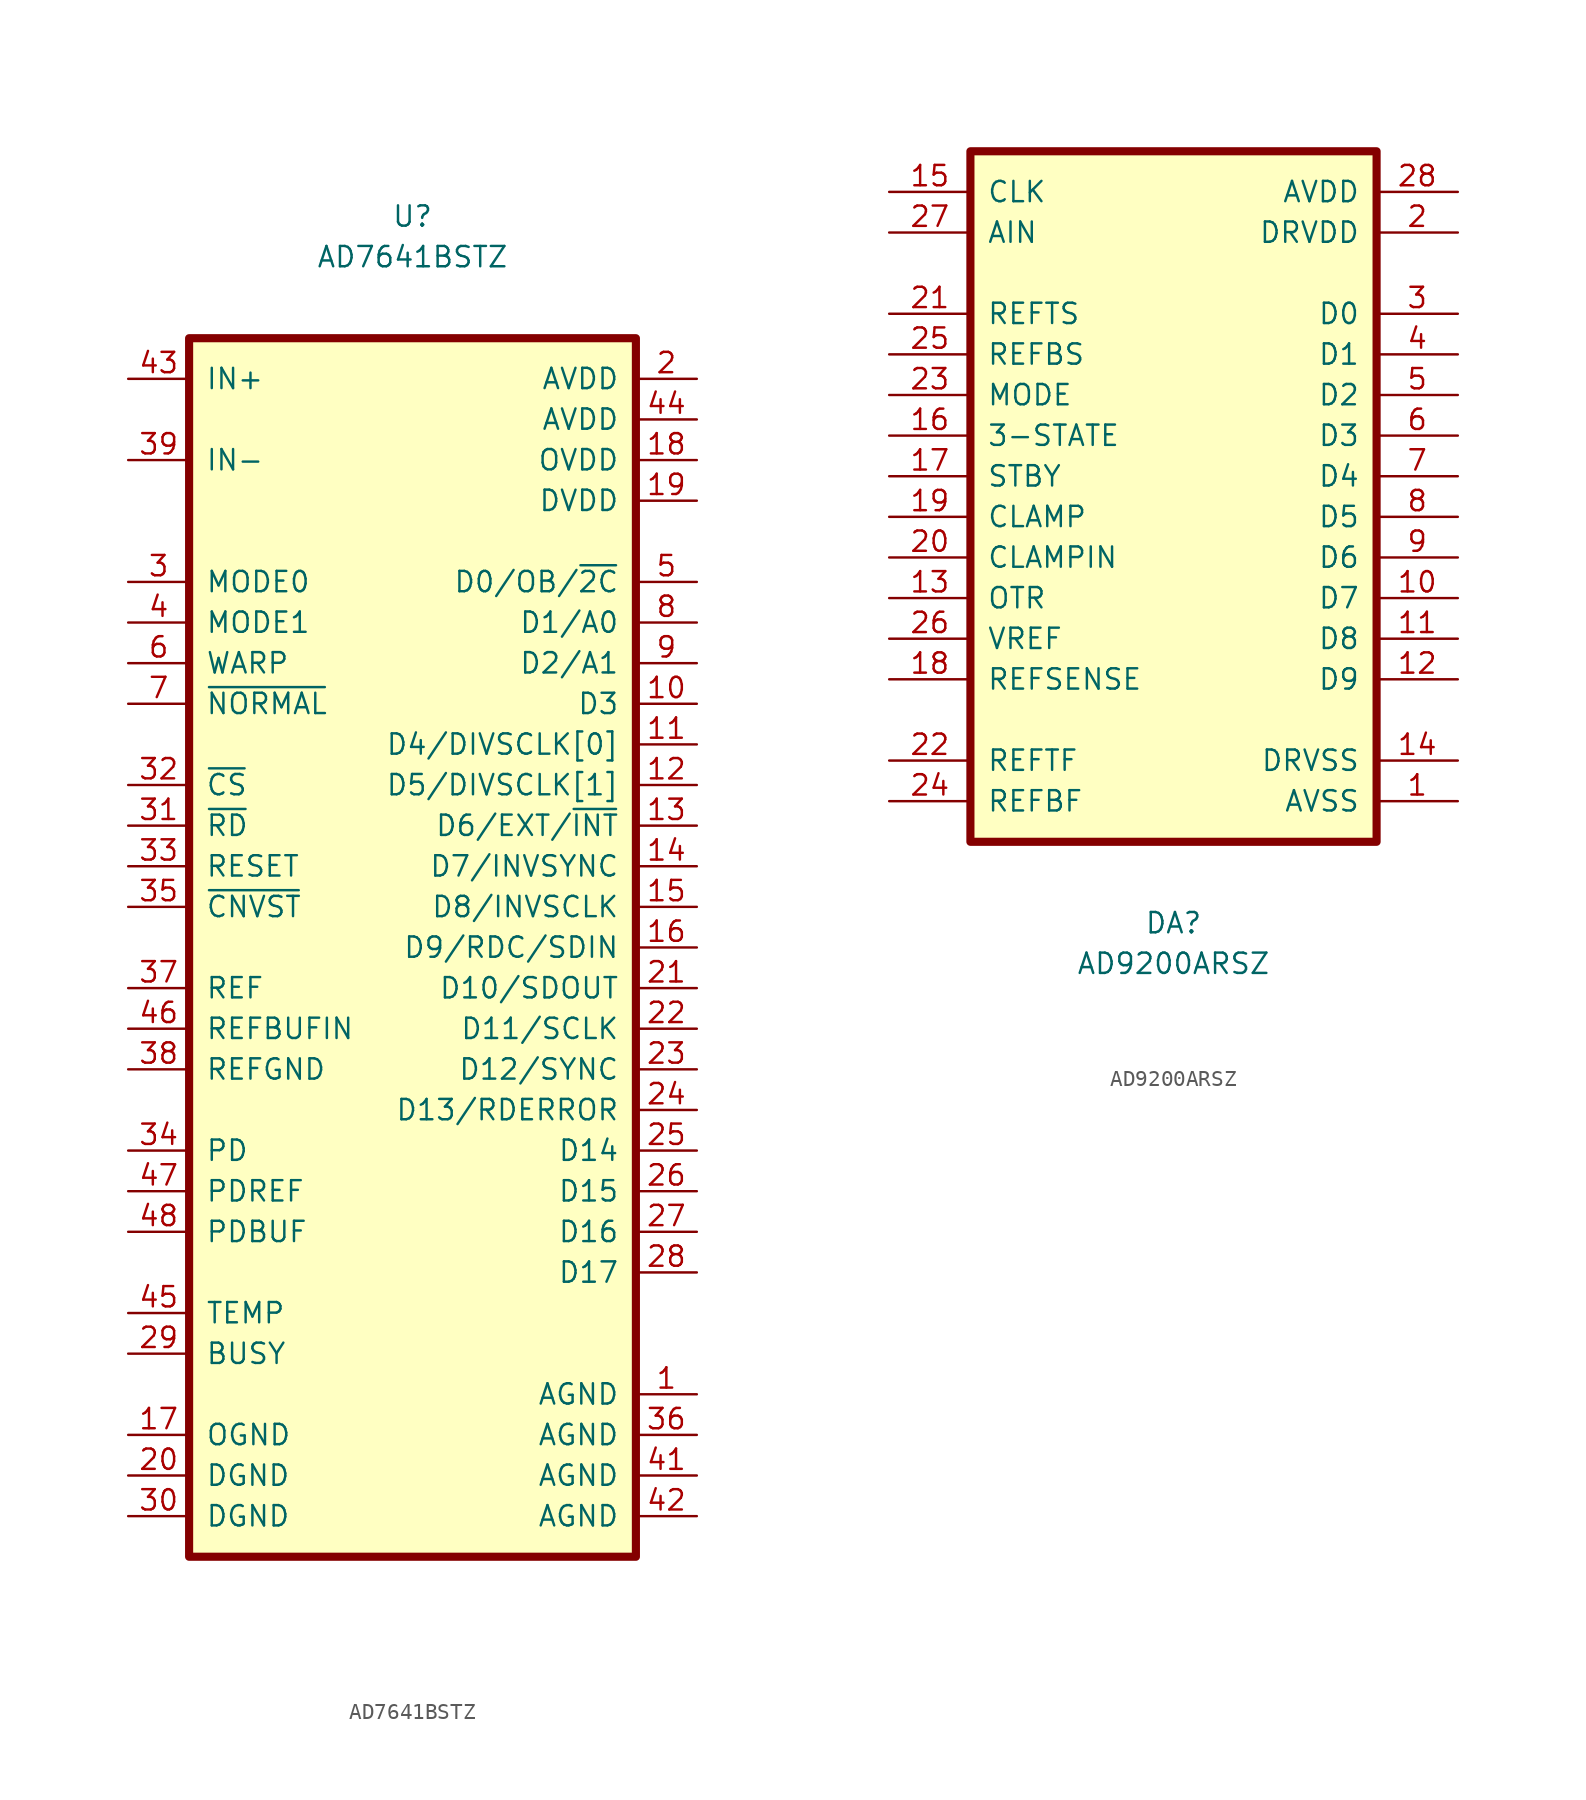
<source format=kicad_sym>
(kicad_symbol_lib
  (version 20211014)
  (generator kicad_symbol_editor)
  (symbol "AD7641BSTZ"
    (pin_names
      (offset 1.016))
    (property "Reference" "U"
      (at 0 45.72 0)
      (effects (font (size 1.27 1.27))))
    (property "Value" "AD7641BSTZ"
      (at 0 43.18 0)
      (effects (font (size 1.27 1.27))))
    (symbol "AD7641BSTZ_0_1"
      (rectangle (start -13.97 38.1) (end 13.97 -38.1) (stroke (width 0.508) (type default) (color 0 0 0 0)) (fill (type background))))
    (symbol "AD7641BSTZ_1_1"
      (pin power_in line (at 17.78 -27.94 180) (length 3.81) (name "AGND" (effects (font (size 1.27 1.27)))) (number "1" (effects (font (size 1.27 1.27)))))
      (pin output line (at 17.78 15.24 180) (length 3.81) (name "D3" (effects (font (size 1.27 1.27)))) (number "10" (effects (font (size 1.27 1.27)))))
      (pin bidirectional line (at 17.78 12.7 180) (length 3.81) (name "D4/DIVSCLK[0]" (effects (font (size 1.27 1.27)))) (number "11" (effects (font (size 1.27 1.27)))))
      (pin bidirectional line (at 17.78 10.16 180) (length 3.81) (name "D5/DIVSCLK[1]" (effects (font (size 1.27 1.27)))) (number "12" (effects (font (size 1.27 1.27)))))
      (pin bidirectional line (at 17.78 7.62 180) (length 3.81) (name "D6/EXT/~{INT}" (effects (font (size 1.27 1.27)))) (number "13" (effects (font (size 1.27 1.27)))))
      (pin bidirectional line (at 17.78 5.08 180) (length 3.81) (name "D7/INVSYNC" (effects (font (size 1.27 1.27)))) (number "14" (effects (font (size 1.27 1.27)))))
      (pin bidirectional line (at 17.78 2.54 180) (length 3.81) (name "D8/INVSCLK" (effects (font (size 1.27 1.27)))) (number "15" (effects (font (size 1.27 1.27)))))
      (pin bidirectional line (at 17.78 0 180) (length 3.81) (name "D9/RDC/SDIN" (effects (font (size 1.27 1.27)))) (number "16" (effects (font (size 1.27 1.27)))))
      (pin power_in line (at -17.78 -30.48 0) (length 3.81) (name "OGND" (effects (font (size 1.27 1.27)))) (number "17" (effects (font (size 1.27 1.27)))))
      (pin power_in line (at 17.78 30.48 180) (length 3.81) (name "OVDD" (effects (font (size 1.27 1.27)))) (number "18" (effects (font (size 1.27 1.27)))))
      (pin power_in line (at 17.78 27.94 180) (length 3.81) (name "DVDD" (effects (font (size 1.27 1.27)))) (number "19" (effects (font (size 1.27 1.27)))))
      (pin power_in line (at 17.78 35.56 180) (length 3.81) (name "AVDD" (effects (font (size 1.27 1.27)))) (number "2" (effects (font (size 1.27 1.27)))))
      (pin power_in line (at -17.78 -33.02 0) (length 3.81) (name "DGND" (effects (font (size 1.27 1.27)))) (number "20" (effects (font (size 1.27 1.27)))))
      (pin output line (at 17.78 -2.54 180) (length 3.81) (name "D10/SDOUT" (effects (font (size 1.27 1.27)))) (number "21" (effects (font (size 1.27 1.27)))))
      (pin bidirectional line (at 17.78 -5.08 180) (length 3.81) (name "D11/SCLK" (effects (font (size 1.27 1.27)))) (number "22" (effects (font (size 1.27 1.27)))))
      (pin output line (at 17.78 -7.62 180) (length 3.81) (name "D12/SYNC" (effects (font (size 1.27 1.27)))) (number "23" (effects (font (size 1.27 1.27)))))
      (pin output line (at 17.78 -10.16 180) (length 3.81) (name "D13/RDERROR" (effects (font (size 1.27 1.27)))) (number "24" (effects (font (size 1.27 1.27)))))
      (pin output line (at 17.78 -12.7 180) (length 3.81) (name "D14" (effects (font (size 1.27 1.27)))) (number "25" (effects (font (size 1.27 1.27)))))
      (pin output line (at 17.78 -15.24 180) (length 3.81) (name "D15" (effects (font (size 1.27 1.27)))) (number "26" (effects (font (size 1.27 1.27)))))
      (pin output line (at 17.78 -17.78 180) (length 3.81) (name "D16" (effects (font (size 1.27 1.27)))) (number "27" (effects (font (size 1.27 1.27)))))
      (pin output line (at 17.78 -20.32 180) (length 3.81) (name "D17" (effects (font (size 1.27 1.27)))) (number "28" (effects (font (size 1.27 1.27)))))
      (pin output line (at -17.78 -25.4 0) (length 3.81) (name "BUSY" (effects (font (size 1.27 1.27)))) (number "29" (effects (font (size 1.27 1.27)))))
      (pin input line (at -17.78 22.86 0) (length 3.81) (name "MODE0" (effects (font (size 1.27 1.27)))) (number "3" (effects (font (size 1.27 1.27)))))
      (pin power_in line (at -17.78 -35.56 0) (length 3.81) (name "DGND" (effects (font (size 1.27 1.27)))) (number "30" (effects (font (size 1.27 1.27)))))
      (pin input line (at -17.78 7.62 0) (length 3.81) (name "~{RD}" (effects (font (size 1.27 1.27)))) (number "31" (effects (font (size 1.27 1.27)))))
      (pin input line (at -17.78 10.16 0) (length 3.81) (name "~{CS}" (effects (font (size 1.27 1.27)))) (number "32" (effects (font (size 1.27 1.27)))))
      (pin input line (at -17.78 5.08 0) (length 3.81) (name "RESET" (effects (font (size 1.27 1.27)))) (number "33" (effects (font (size 1.27 1.27)))))
      (pin input line (at -17.78 -12.7 0) (length 3.81) (name "PD" (effects (font (size 1.27 1.27)))) (number "34" (effects (font (size 1.27 1.27)))))
      (pin input line (at -17.78 2.54 0) (length 3.81) (name "~{CNVST}" (effects (font (size 1.27 1.27)))) (number "35" (effects (font (size 1.27 1.27)))))
      (pin power_in line (at 17.78 -30.48 180) (length 3.81) (name "AGND" (effects (font (size 1.27 1.27)))) (number "36" (effects (font (size 1.27 1.27)))))
      (pin bidirectional line (at -17.78 -2.54 0) (length 3.81) (name "REF" (effects (font (size 1.27 1.27)))) (number "37" (effects (font (size 1.27 1.27)))))
      (pin input line (at -17.78 -7.62 0) (length 3.81) (name "REFGND" (effects (font (size 1.27 1.27)))) (number "38" (effects (font (size 1.27 1.27)))))
      (pin input line (at -17.78 30.48 0) (length 3.81) (name "IN-" (effects (font (size 1.27 1.27)))) (number "39" (effects (font (size 1.27 1.27)))))
      (pin input line (at -17.78 20.32 0) (length 3.81) (name "MODE1" (effects (font (size 1.27 1.27)))) (number "4" (effects (font (size 1.27 1.27)))))
      (pin no_connect line (at 0 -38.1 90) (length 3.81) hide (name "NC" (effects (font (size 1.27 1.27)))) (number "40" (effects (font (size 1.27 1.27)))))
      (pin power_in line (at 17.78 -33.02 180) (length 3.81) (name "AGND" (effects (font (size 1.27 1.27)))) (number "41" (effects (font (size 1.27 1.27)))))
      (pin power_in line (at 17.78 -35.56 180) (length 3.81) (name "AGND" (effects (font (size 1.27 1.27)))) (number "42" (effects (font (size 1.27 1.27)))))
      (pin input line (at -17.78 35.56 0) (length 3.81) (name "IN+" (effects (font (size 1.27 1.27)))) (number "43" (effects (font (size 1.27 1.27)))))
      (pin power_in line (at 17.78 33.02 180) (length 3.81) (name "AVDD" (effects (font (size 1.27 1.27)))) (number "44" (effects (font (size 1.27 1.27)))))
      (pin output line (at -17.78 -22.86 0) (length 3.81) (name "TEMP" (effects (font (size 1.27 1.27)))) (number "45" (effects (font (size 1.27 1.27)))))
      (pin bidirectional line (at -17.78 -5.08 0) (length 3.81) (name "REFBUFIN" (effects (font (size 1.27 1.27)))) (number "46" (effects (font (size 1.27 1.27)))))
      (pin input line (at -17.78 -15.24 0) (length 3.81) (name "PDREF" (effects (font (size 1.27 1.27)))) (number "47" (effects (font (size 1.27 1.27)))))
      (pin input line (at -17.78 -17.78 0) (length 3.81) (name "PDBUF" (effects (font (size 1.27 1.27)))) (number "48" (effects (font (size 1.27 1.27)))))
      (pin bidirectional line (at 17.78 22.86 180) (length 3.81) (name "D0/OB/~{2C}" (effects (font (size 1.27 1.27)))) (number "5" (effects (font (size 1.27 1.27)))))
      (pin input line (at -17.78 17.78 0) (length 3.81) (name "WARP" (effects (font (size 1.27 1.27)))) (number "6" (effects (font (size 1.27 1.27)))))
      (pin input line (at -17.78 15.24 0) (length 3.81) (name "~{NORMAL}" (effects (font (size 1.27 1.27)))) (number "7" (effects (font (size 1.27 1.27)))))
      (pin bidirectional line (at 17.78 20.32 180) (length 3.81) (name "D1/A0" (effects (font (size 1.27 1.27)))) (number "8" (effects (font (size 1.27 1.27)))))
      (pin bidirectional line (at 17.78 17.78 180) (length 3.81) (name "D2/A1" (effects (font (size 1.27 1.27)))) (number "9" (effects (font (size 1.27 1.27)))))))
  (symbol "AD9200ARSZ"
    (pin_names
      (offset 1.016))
    (property "Reference" "DA"
      (at 17.78 -45.72 0)
      (effects (font (size 1.27 1.27))))
    (property "Value" "AD9200ARSZ"
      (at 17.78 -48.26 0)
      (effects (font (size 1.27 1.27))))
    (symbol "AD9200ARSZ_0_1"
      (rectangle (start 5.08 2.54) (end 30.48 -40.64) (stroke (width 0.508) (type default) (color 0 0 0 0)) (fill (type background))))
    (symbol "AD9200ARSZ_1_1"
      (pin power_in line (at 35.56 -38.1 180) (length 5.08) (name "AVSS" (effects (font (size 1.27 1.27)))) (number "1" (effects (font (size 1.27 1.27)))))
      (pin input line (at 35.56 -25.4 180) (length 5.08) (name "D7" (effects (font (size 1.27 1.27)))) (number "10" (effects (font (size 1.27 1.27)))))
      (pin input line (at 35.56 -27.94 180) (length 5.08) (name "D8" (effects (font (size 1.27 1.27)))) (number "11" (effects (font (size 1.27 1.27)))))
      (pin input line (at 35.56 -30.48 180) (length 5.08) (name "D9" (effects (font (size 1.27 1.27)))) (number "12" (effects (font (size 1.27 1.27)))))
      (pin output line (at 0 -25.4 0) (length 5.08) (name "OTR" (effects (font (size 1.27 1.27)))) (number "13" (effects (font (size 1.27 1.27)))))
      (pin power_in line (at 35.56 -35.56 180) (length 5.08) (name "DRVSS" (effects (font (size 1.27 1.27)))) (number "14" (effects (font (size 1.27 1.27)))))
      (pin input line (at 0 0 0) (length 5.08) (name "CLK" (effects (font (size 1.27 1.27)))) (number "15" (effects (font (size 1.27 1.27)))))
      (pin input line (at 0 -15.24 0) (length 5.08) (name "3-STATE" (effects (font (size 1.27 1.27)))) (number "16" (effects (font (size 1.27 1.27)))))
      (pin input line (at 0 -17.78 0) (length 5.08) (name "STBY" (effects (font (size 1.27 1.27)))) (number "17" (effects (font (size 1.27 1.27)))))
      (pin input line (at 0 -30.48 0) (length 5.08) (name "REFSENSE" (effects (font (size 1.27 1.27)))) (number "18" (effects (font (size 1.27 1.27)))))
      (pin input line (at 0 -20.32 0) (length 5.08) (name "CLAMP" (effects (font (size 1.27 1.27)))) (number "19" (effects (font (size 1.27 1.27)))))
      (pin power_in line (at 35.56 -2.54 180) (length 5.08) (name "DRVDD" (effects (font (size 1.27 1.27)))) (number "2" (effects (font (size 1.27 1.27)))))
      (pin input line (at 0 -22.86 0) (length 5.08) (name "CLAMPIN" (effects (font (size 1.27 1.27)))) (number "20" (effects (font (size 1.27 1.27)))))
      (pin input line (at 0 -7.62 0) (length 5.08) (name "REFTS" (effects (font (size 1.27 1.27)))) (number "21" (effects (font (size 1.27 1.27)))))
      (pin input line (at 0 -35.56 0) (length 5.08) (name "REFTF" (effects (font (size 1.27 1.27)))) (number "22" (effects (font (size 1.27 1.27)))))
      (pin input line (at 0 -12.7 0) (length 5.08) (name "MODE" (effects (font (size 1.27 1.27)))) (number "23" (effects (font (size 1.27 1.27)))))
      (pin input line (at 0 -38.1 0) (length 5.08) (name "REFBF" (effects (font (size 1.27 1.27)))) (number "24" (effects (font (size 1.27 1.27)))))
      (pin input line (at 0 -10.16 0) (length 5.08) (name "REFBS" (effects (font (size 1.27 1.27)))) (number "25" (effects (font (size 1.27 1.27)))))
      (pin input line (at 0 -27.94 0) (length 5.08) (name "VREF" (effects (font (size 1.27 1.27)))) (number "26" (effects (font (size 1.27 1.27)))))
      (pin input line (at 0 -2.54 0) (length 5.08) (name "AIN" (effects (font (size 1.27 1.27)))) (number "27" (effects (font (size 1.27 1.27)))))
      (pin power_in line (at 35.56 0 180) (length 5.08) (name "AVDD" (effects (font (size 1.27 1.27)))) (number "28" (effects (font (size 1.27 1.27)))))
      (pin input line (at 35.56 -7.62 180) (length 5.08) (name "D0" (effects (font (size 1.27 1.27)))) (number "3" (effects (font (size 1.27 1.27)))))
      (pin input line (at 35.56 -10.16 180) (length 5.08) (name "D1" (effects (font (size 1.27 1.27)))) (number "4" (effects (font (size 1.27 1.27)))))
      (pin input line (at 35.56 -12.7 180) (length 5.08) (name "D2" (effects (font (size 1.27 1.27)))) (number "5" (effects (font (size 1.27 1.27)))))
      (pin input line (at 35.56 -15.24 180) (length 5.08) (name "D3" (effects (font (size 1.27 1.27)))) (number "6" (effects (font (size 1.27 1.27)))))
      (pin input line (at 35.56 -17.78 180) (length 5.08) (name "D4" (effects (font (size 1.27 1.27)))) (number "7" (effects (font (size 1.27 1.27)))))
      (pin input line (at 35.56 -20.32 180) (length 5.08) (name "D5" (effects (font (size 1.27 1.27)))) (number "8" (effects (font (size 1.27 1.27)))))
      (pin input line (at 35.56 -22.86 180) (length 5.08) (name "D6" (effects (font (size 1.27 1.27)))) (number "9" (effects (font (size 1.27 1.27))))))))
</source>
